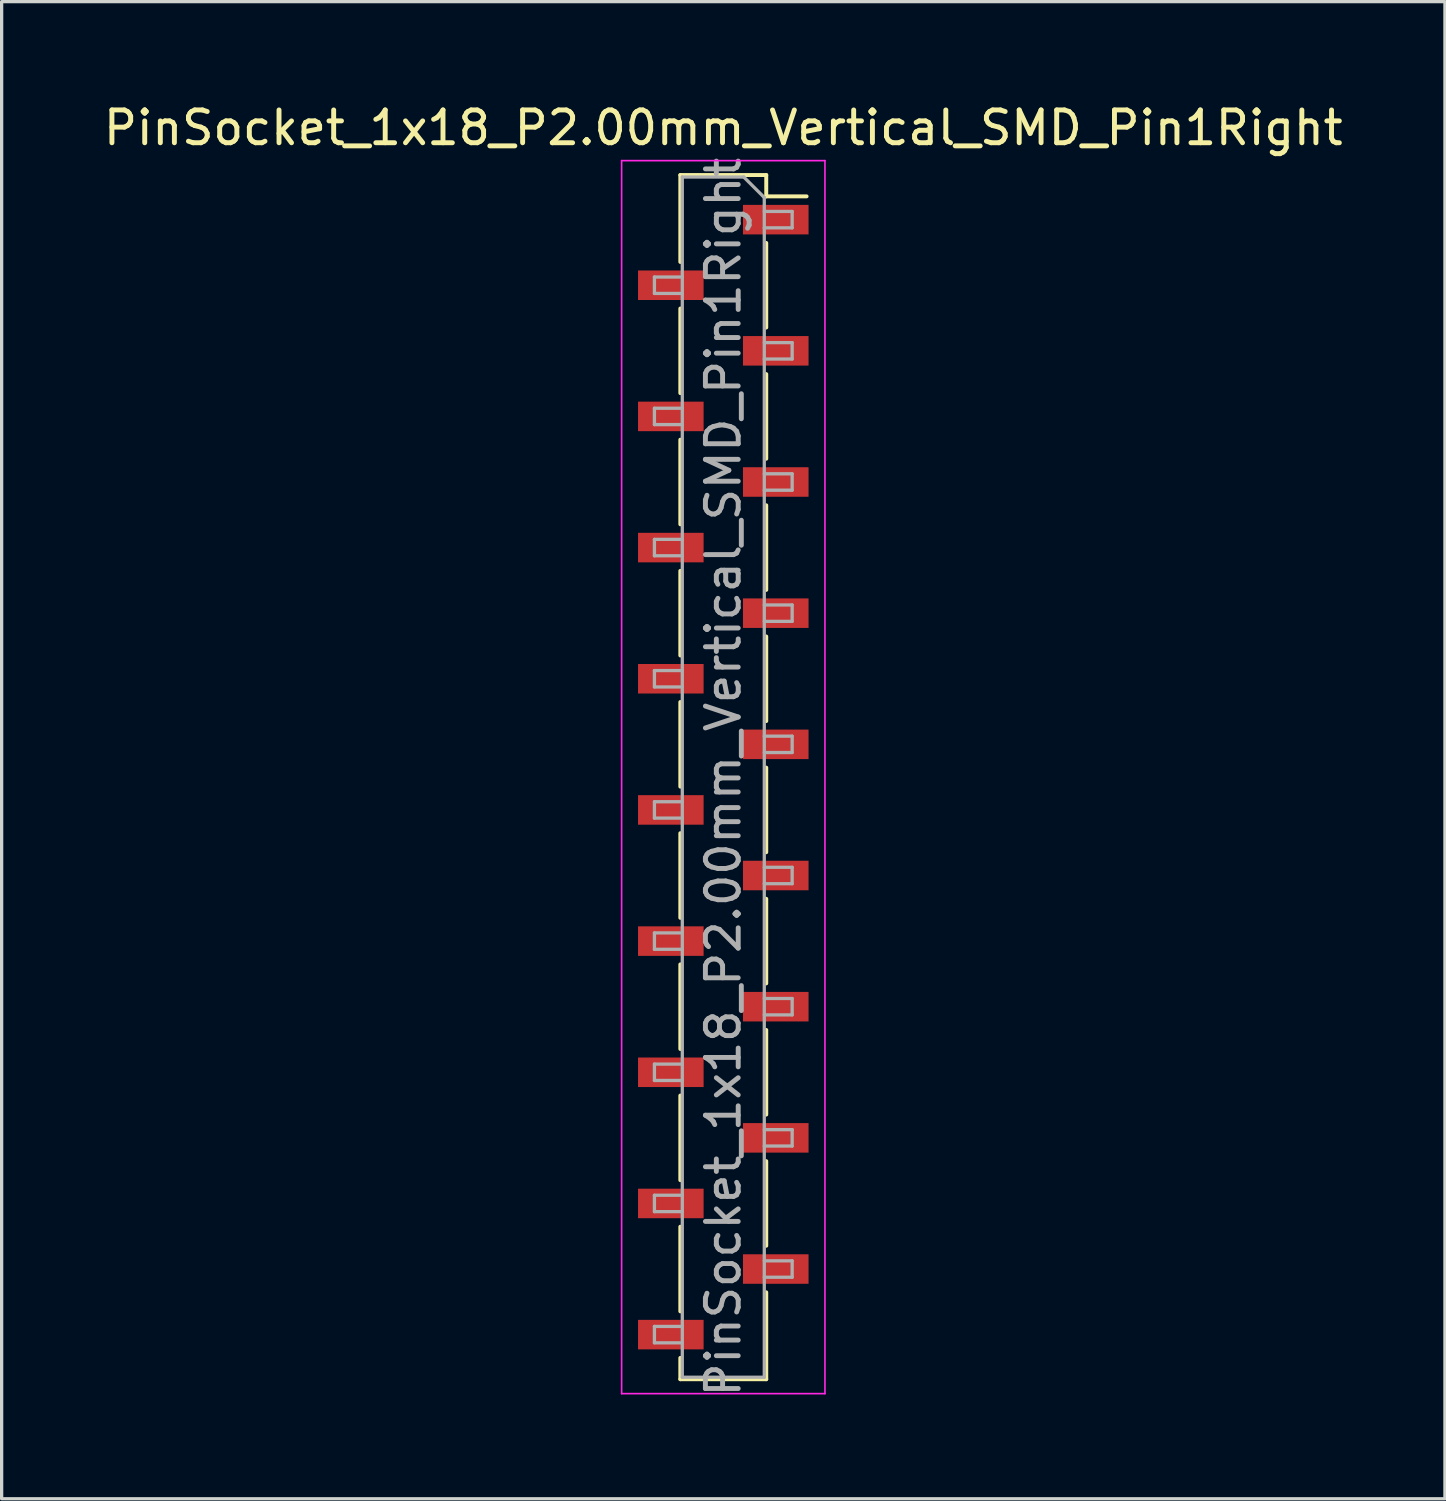
<source format=kicad_pcb>
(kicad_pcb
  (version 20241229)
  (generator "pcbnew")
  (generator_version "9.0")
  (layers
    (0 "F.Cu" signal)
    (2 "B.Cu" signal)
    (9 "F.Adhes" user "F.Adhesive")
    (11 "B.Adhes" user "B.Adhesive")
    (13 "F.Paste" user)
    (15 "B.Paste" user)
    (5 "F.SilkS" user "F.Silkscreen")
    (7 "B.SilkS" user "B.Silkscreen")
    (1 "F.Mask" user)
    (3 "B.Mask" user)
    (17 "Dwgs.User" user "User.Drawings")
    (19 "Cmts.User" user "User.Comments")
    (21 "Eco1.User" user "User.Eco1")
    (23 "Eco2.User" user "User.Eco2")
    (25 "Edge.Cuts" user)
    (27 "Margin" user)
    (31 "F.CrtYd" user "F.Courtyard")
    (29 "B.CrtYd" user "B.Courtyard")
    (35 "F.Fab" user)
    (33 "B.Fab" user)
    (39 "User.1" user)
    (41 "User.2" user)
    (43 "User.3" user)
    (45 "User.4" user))
  (footprint "PinSocket_1x18_P2.00mm_Vertical_SMD_Pin1Right"
    (layer "F.Cu")
    (at 19.006 20.648)
    (property "Reference" "PinSocket_1x18_P2.00mm_Vertical_SMD_Pin1Right" (at 0 -19.8 0) (layer "F.SilkS") (effects (font (size 1 1) (thickness 0.15))))
    (attr smd)
    (fp_line (start -1.31 -18.36) (end -1.31 -15.71) (stroke (width 0.12) (type solid)) (layer "F.SilkS"))
    (fp_line (start -1.31 -18.36) (end 1.31 -18.36) (stroke (width 0.12) (type solid)) (layer "F.SilkS"))
    (fp_line (start -1.31 -14.29) (end -1.31 -11.71) (stroke (width 0.12) (type solid)) (layer "F.SilkS"))
    (fp_line (start -1.31 -10.29) (end -1.31 -7.71) (stroke (width 0.12) (type solid)) (layer "F.SilkS"))
    (fp_line (start -1.31 -6.29) (end -1.31 -3.71) (stroke (width 0.12) (type solid)) (layer "F.SilkS"))
    (fp_line (start -1.31 -2.29) (end -1.31 0.29) (stroke (width 0.12) (type solid)) (layer "F.SilkS"))
    (fp_line (start -1.31 1.71) (end -1.31 4.29) (stroke (width 0.12) (type solid)) (layer "F.SilkS"))
    (fp_line (start -1.31 5.71) (end -1.31 8.29) (stroke (width 0.12) (type solid)) (layer "F.SilkS"))
    (fp_line (start -1.31 9.71) (end -1.31 12.29) (stroke (width 0.12) (type solid)) (layer "F.SilkS"))
    (fp_line (start -1.31 13.71) (end -1.31 16.29) (stroke (width 0.12) (type solid)) (layer "F.SilkS"))
    (fp_line (start -1.31 17.71) (end -1.31 18.36) (stroke (width 0.12) (type solid)) (layer "F.SilkS"))
    (fp_line (start -1.31 18.36) (end 1.31 18.36) (stroke (width 0.12) (type solid)) (layer "F.SilkS"))
    (fp_line (start 1.31 -18.36) (end 1.31 -17.71) (stroke (width 0.12) (type solid)) (layer "F.SilkS"))
    (fp_line (start 1.31 -17.71) (end 2.54 -17.71) (stroke (width 0.12) (type solid)) (layer "F.SilkS"))
    (fp_line (start 1.31 -16.29) (end 1.31 -13.71) (stroke (width 0.12) (type solid)) (layer "F.SilkS"))
    (fp_line (start 1.31 -12.29) (end 1.31 -9.71) (stroke (width 0.12) (type solid)) (layer "F.SilkS"))
    (fp_line (start 1.31 -8.29) (end 1.31 -5.71) (stroke (width 0.12) (type solid)) (layer "F.SilkS"))
    (fp_line (start 1.31 -4.29) (end 1.31 -1.71) (stroke (width 0.12) (type solid)) (layer "F.SilkS"))
    (fp_line (start 1.31 -0.29) (end 1.31 2.29) (stroke (width 0.12) (type solid)) (layer "F.SilkS"))
    (fp_line (start 1.31 3.71) (end 1.31 6.29) (stroke (width 0.12) (type solid)) (layer "F.SilkS"))
    (fp_line (start 1.31 7.71) (end 1.31 10.29) (stroke (width 0.12) (type solid)) (layer "F.SilkS"))
    (fp_line (start 1.31 11.71) (end 1.31 14.29) (stroke (width 0.12) (type solid)) (layer "F.SilkS"))
    (fp_line (start 1.31 15.71) (end 1.31 18.36) (stroke (width 0.12) (type solid)) (layer "F.SilkS"))
    (fp_line (start -3.1 -18.8) (end 3.1 -18.8) (stroke (width 0.05) (type solid)) (layer "F.CrtYd"))
    (fp_line (start -3.1 18.8) (end -3.1 -18.8) (stroke (width 0.05) (type solid)) (layer "F.CrtYd"))
    (fp_line (start 3.1 -18.8) (end 3.1 18.8) (stroke (width 0.05) (type solid)) (layer "F.CrtYd"))
    (fp_line (start 3.1 18.8) (end -3.1 18.8) (stroke (width 0.05) (type solid)) (layer "F.CrtYd"))
    (fp_line (start -2.1 -15.25) (end -1.25 -15.25) (stroke (width 0.1) (type solid)) (layer "F.Fab"))
    (fp_line (start -2.1 -14.75) (end -2.1 -15.25) (stroke (width 0.1) (type solid)) (layer "F.Fab"))
    (fp_line (start -2.1 -11.25) (end -1.25 -11.25) (stroke (width 0.1) (type solid)) (layer "F.Fab"))
    (fp_line (start -2.1 -10.75) (end -2.1 -11.25) (stroke (width 0.1) (type solid)) (layer "F.Fab"))
    (fp_line (start -2.1 -7.25) (end -1.25 -7.25) (stroke (width 0.1) (type solid)) (layer "F.Fab"))
    (fp_line (start -2.1 -6.75) (end -2.1 -7.25) (stroke (width 0.1) (type solid)) (layer "F.Fab"))
    (fp_line (start -2.1 -3.25) (end -1.25 -3.25) (stroke (width 0.1) (type solid)) (layer "F.Fab"))
    (fp_line (start -2.1 -2.75) (end -2.1 -3.25) (stroke (width 0.1) (type solid)) (layer "F.Fab"))
    (fp_line (start -2.1 0.75) (end -1.25 0.75) (stroke (width 0.1) (type solid)) (layer "F.Fab"))
    (fp_line (start -2.1 1.25) (end -2.1 0.75) (stroke (width 0.1) (type solid)) (layer "F.Fab"))
    (fp_line (start -2.1 4.75) (end -1.25 4.75) (stroke (width 0.1) (type solid)) (layer "F.Fab"))
    (fp_line (start -2.1 5.25) (end -2.1 4.75) (stroke (width 0.1) (type solid)) (layer "F.Fab"))
    (fp_line (start -2.1 8.75) (end -1.25 8.75) (stroke (width 0.1) (type solid)) (layer "F.Fab"))
    (fp_line (start -2.1 9.25) (end -2.1 8.75) (stroke (width 0.1) (type solid)) (layer "F.Fab"))
    (fp_line (start -2.1 12.75) (end -1.25 12.75) (stroke (width 0.1) (type solid)) (layer "F.Fab"))
    (fp_line (start -2.1 13.25) (end -2.1 12.75) (stroke (width 0.1) (type solid)) (layer "F.Fab"))
    (fp_line (start -2.1 16.75) (end -1.25 16.75) (stroke (width 0.1) (type solid)) (layer "F.Fab"))
    (fp_line (start -2.1 17.25) (end -2.1 16.75) (stroke (width 0.1) (type solid)) (layer "F.Fab"))
    (fp_line (start -1.25 -18.3) (end 0.625 -18.3) (stroke (width 0.1) (type solid)) (layer "F.Fab"))
    (fp_line (start -1.25 -14.75) (end -2.1 -14.75) (stroke (width 0.1) (type solid)) (layer "F.Fab"))
    (fp_line (start -1.25 -10.75) (end -2.1 -10.75) (stroke (width 0.1) (type solid)) (layer "F.Fab"))
    (fp_line (start -1.25 -6.75) (end -2.1 -6.75) (stroke (width 0.1) (type solid)) (layer "F.Fab"))
    (fp_line (start -1.25 -2.75) (end -2.1 -2.75) (stroke (width 0.1) (type solid)) (layer "F.Fab"))
    (fp_line (start -1.25 1.25) (end -2.1 1.25) (stroke (width 0.1) (type solid)) (layer "F.Fab"))
    (fp_line (start -1.25 5.25) (end -2.1 5.25) (stroke (width 0.1) (type solid)) (layer "F.Fab"))
    (fp_line (start -1.25 9.25) (end -2.1 9.25) (stroke (width 0.1) (type solid)) (layer "F.Fab"))
    (fp_line (start -1.25 13.25) (end -2.1 13.25) (stroke (width 0.1) (type solid)) (layer "F.Fab"))
    (fp_line (start -1.25 17.25) (end -2.1 17.25) (stroke (width 0.1) (type solid)) (layer "F.Fab"))
    (fp_line (start -1.25 18.3) (end -1.25 -18.3) (stroke (width 0.1) (type solid)) (layer "F.Fab"))
    (fp_line (start 0.625 -18.3) (end 1.25 -17.675) (stroke (width 0.1) (type solid)) (layer "F.Fab"))
    (fp_line (start 1.25 -17.675) (end 1.25 18.3) (stroke (width 0.1) (type solid)) (layer "F.Fab"))
    (fp_line (start 1.25 -17.25) (end 2.1 -17.25) (stroke (width 0.1) (type solid)) (layer "F.Fab"))
    (fp_line (start 1.25 -13.25) (end 2.1 -13.25) (stroke (width 0.1) (type solid)) (layer "F.Fab"))
    (fp_line (start 1.25 -9.25) (end 2.1 -9.25) (stroke (width 0.1) (type solid)) (layer "F.Fab"))
    (fp_line (start 1.25 -5.25) (end 2.1 -5.25) (stroke (width 0.1) (type solid)) (layer "F.Fab"))
    (fp_line (start 1.25 -1.25) (end 2.1 -1.25) (stroke (width 0.1) (type solid)) (layer "F.Fab"))
    (fp_line (start 1.25 2.75) (end 2.1 2.75) (stroke (width 0.1) (type solid)) (layer "F.Fab"))
    (fp_line (start 1.25 6.75) (end 2.1 6.75) (stroke (width 0.1) (type solid)) (layer "F.Fab"))
    (fp_line (start 1.25 10.75) (end 2.1 10.75) (stroke (width 0.1) (type solid)) (layer "F.Fab"))
    (fp_line (start 1.25 14.75) (end 2.1 14.75) (stroke (width 0.1) (type solid)) (layer "F.Fab"))
    (fp_line (start 1.25 18.3) (end -1.25 18.3) (stroke (width 0.1) (type solid)) (layer "F.Fab"))
    (fp_line (start 2.1 -17.25) (end 2.1 -16.75) (stroke (width 0.1) (type solid)) (layer "F.Fab"))
    (fp_line (start 2.1 -16.75) (end 1.25 -16.75) (stroke (width 0.1) (type solid)) (layer "F.Fab"))
    (fp_line (start 2.1 -13.25) (end 2.1 -12.75) (stroke (width 0.1) (type solid)) (layer "F.Fab"))
    (fp_line (start 2.1 -12.75) (end 1.25 -12.75) (stroke (width 0.1) (type solid)) (layer "F.Fab"))
    (fp_line (start 2.1 -9.25) (end 2.1 -8.75) (stroke (width 0.1) (type solid)) (layer "F.Fab"))
    (fp_line (start 2.1 -8.75) (end 1.25 -8.75) (stroke (width 0.1) (type solid)) (layer "F.Fab"))
    (fp_line (start 2.1 -5.25) (end 2.1 -4.75) (stroke (width 0.1) (type solid)) (layer "F.Fab"))
    (fp_line (start 2.1 -4.75) (end 1.25 -4.75) (stroke (width 0.1) (type solid)) (layer "F.Fab"))
    (fp_line (start 2.1 -1.25) (end 2.1 -0.75) (stroke (width 0.1) (type solid)) (layer "F.Fab"))
    (fp_line (start 2.1 -0.75) (end 1.25 -0.75) (stroke (width 0.1) (type solid)) (layer "F.Fab"))
    (fp_line (start 2.1 2.75) (end 2.1 3.25) (stroke (width 0.1) (type solid)) (layer "F.Fab"))
    (fp_line (start 2.1 3.25) (end 1.25 3.25) (stroke (width 0.1) (type solid)) (layer "F.Fab"))
    (fp_line (start 2.1 6.75) (end 2.1 7.25) (stroke (width 0.1) (type solid)) (layer "F.Fab"))
    (fp_line (start 2.1 7.25) (end 1.25 7.25) (stroke (width 0.1) (type solid)) (layer "F.Fab"))
    (fp_line (start 2.1 10.75) (end 2.1 11.25) (stroke (width 0.1) (type solid)) (layer "F.Fab"))
    (fp_line (start 2.1 11.25) (end 1.25 11.25) (stroke (width 0.1) (type solid)) (layer "F.Fab"))
    (fp_line (start 2.1 14.75) (end 2.1 15.25) (stroke (width 0.1) (type solid)) (layer "F.Fab"))
    (fp_line (start 2.1 15.25) (end 1.25 15.25) (stroke (width 0.1) (type solid)) (layer "F.Fab"))
    (fp_text user "${REFERENCE}" (at 0 0 90) (layer "F.Fab") (effects (font (size 1 1) (thickness 0.15))))
    (pad "1" smd rect (at 1.6 -17) (size 2 0.9) (layers "F.Cu" "F.Mask" "F.Paste"))
    (pad "2" smd rect (at -1.6 -15) (size 2 0.9) (layers "F.Cu" "F.Mask" "F.Paste"))
    (pad "3" smd rect (at 1.6 -13) (size 2 0.9) (layers "F.Cu" "F.Mask" "F.Paste"))
    (pad "4" smd rect (at -1.6 -11) (size 2 0.9) (layers "F.Cu" "F.Mask" "F.Paste"))
    (pad "5" smd rect (at 1.6 -9) (size 2 0.9) (layers "F.Cu" "F.Mask" "F.Paste"))
    (pad "6" smd rect (at -1.6 -7) (size 2 0.9) (layers "F.Cu" "F.Mask" "F.Paste"))
    (pad "7" smd rect (at 1.6 -5) (size 2 0.9) (layers "F.Cu" "F.Mask" "F.Paste"))
    (pad "8" smd rect (at -1.6 -3) (size 2 0.9) (layers "F.Cu" "F.Mask" "F.Paste"))
    (pad "9" smd rect (at 1.6 -1) (size 2 0.9) (layers "F.Cu" "F.Mask" "F.Paste"))
    (pad "10" smd rect (at -1.6 1) (size 2 0.9) (layers "F.Cu" "F.Mask" "F.Paste"))
    (pad "11" smd rect (at 1.6 3) (size 2 0.9) (layers "F.Cu" "F.Mask" "F.Paste"))
    (pad "12" smd rect (at -1.6 5) (size 2 0.9) (layers "F.Cu" "F.Mask" "F.Paste"))
    (pad "13" smd rect (at 1.6 7) (size 2 0.9) (layers "F.Cu" "F.Mask" "F.Paste"))
    (pad "14" smd rect (at -1.6 9) (size 2 0.9) (layers "F.Cu" "F.Mask" "F.Paste"))
    (pad "15" smd rect (at 1.6 11) (size 2 0.9) (layers "F.Cu" "F.Mask" "F.Paste"))
    (pad "16" smd rect (at -1.6 13) (size 2 0.9) (layers "F.Cu" "F.Mask" "F.Paste"))
    (pad "17" smd rect (at 1.6 15) (size 2 0.9) (layers "F.Cu" "F.Mask" "F.Paste"))
    (pad "18" smd rect (at -1.6 17) (size 2 0.9) (layers "F.Cu" "F.Mask" "F.Paste")))
  (gr_rect
    (start -3 -3)
    (end 41.012 42.654)
    (stroke (width 0.1) (type default))
    (fill no)
    (layer "Edge.Cuts")))
</source>
